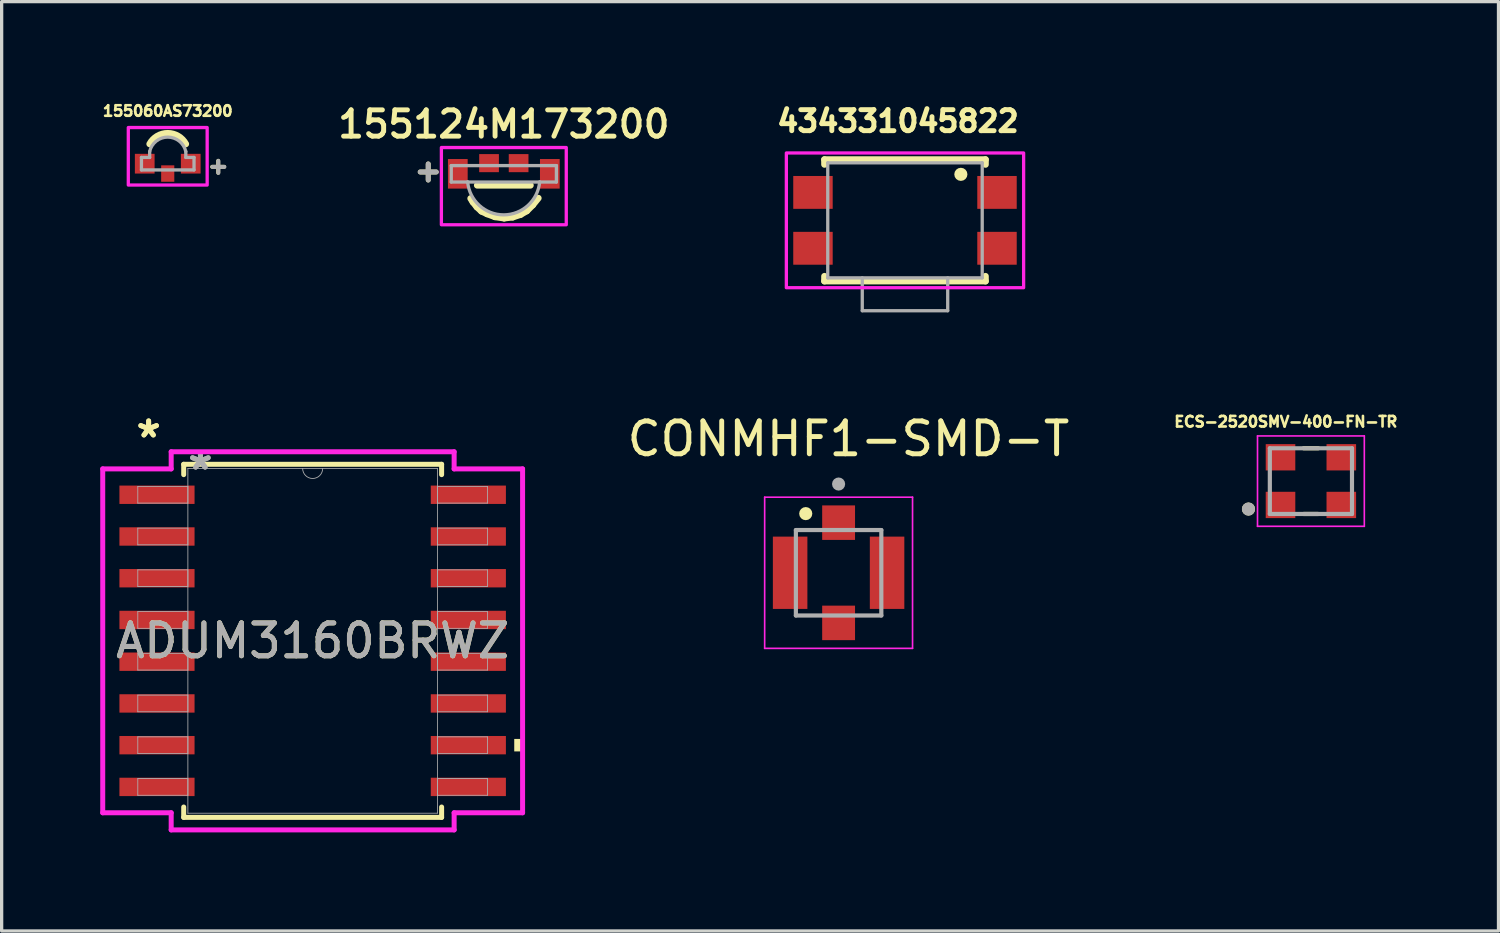
<source format=kicad_pcb>
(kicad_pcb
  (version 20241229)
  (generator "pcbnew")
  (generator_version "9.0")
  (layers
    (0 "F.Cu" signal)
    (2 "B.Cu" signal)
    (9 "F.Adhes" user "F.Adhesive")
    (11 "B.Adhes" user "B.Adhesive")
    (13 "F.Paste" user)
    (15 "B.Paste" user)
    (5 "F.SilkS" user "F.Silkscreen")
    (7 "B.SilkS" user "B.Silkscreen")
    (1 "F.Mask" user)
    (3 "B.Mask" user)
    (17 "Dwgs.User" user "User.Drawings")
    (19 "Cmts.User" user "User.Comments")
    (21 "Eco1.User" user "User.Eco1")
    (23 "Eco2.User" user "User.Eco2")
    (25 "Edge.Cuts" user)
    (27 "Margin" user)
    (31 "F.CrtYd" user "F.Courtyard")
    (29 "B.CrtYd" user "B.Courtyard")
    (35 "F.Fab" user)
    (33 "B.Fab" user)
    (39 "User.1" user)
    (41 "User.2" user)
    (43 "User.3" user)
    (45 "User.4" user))
  (footprint "CONMHF1-SMD-T"
    (layer "F.Cu")
    (at 22.468 14.379)
    (property "Reference" "CONMHF1-SMD-T" (at 0.3 -4.076 0) (layer "F.SilkS") (effects (font (size 1 1) (thickness 0.15))))
    (attr smd)
    (fp_circle (center -1 -1.8) (end -0.9 -1.8) (stroke (width 0.2) (type solid)) (fill no) (layer "F.SilkS"))
    (fp_line (start -2.25 -2.3) (end -2.25 2.3) (stroke (width 0.05) (type solid)) (layer "F.CrtYd"))
    (fp_line (start -2.25 2.3) (end 2.25 2.3) (stroke (width 0.05) (type solid)) (layer "F.CrtYd"))
    (fp_line (start 2.25 -2.3) (end -2.25 -2.3) (stroke (width 0.05) (type solid)) (layer "F.CrtYd"))
    (fp_line (start 2.25 2.3) (end 2.25 -2.3) (stroke (width 0.05) (type solid)) (layer "F.CrtYd"))
    (fp_line (start -1.3 -1.3) (end -1.3 1.3) (stroke (width 0.127) (type solid)) (layer "F.Fab"))
    (fp_line (start -1.3 1.3) (end 1.3 1.3) (stroke (width 0.127) (type solid)) (layer "F.Fab"))
    (fp_line (start 1.3 -1.3) (end -1.3 -1.3) (stroke (width 0.127) (type solid)) (layer "F.Fab"))
    (fp_line (start 1.3 1.3) (end 1.3 -1.3) (stroke (width 0.127) (type solid)) (layer "F.Fab"))
    (fp_circle (center 0 -2.7) (end 0.1 -2.7) (stroke (width 0.2) (type solid)) (fill no) (layer "F.Fab"))
    (pad "1" smd rect (at 0 -1.525) (size 1 1.05) (layers "F.Cu" "F.Mask" "F.Paste"))
    (pad "S1" smd rect (at -1.475 0) (size 1.05 2.2) (layers "F.Cu" "F.Mask" "F.Paste"))
    (pad "S2" smd rect (at 0 1.525) (size 1 1.05) (layers "F.Cu" "F.Mask" "F.Paste"))
    (pad "S3" smd rect (at 1.475 0) (size 1.05 2.2) (layers "F.Cu" "F.Mask" "F.Paste"))
    (zone (net_name "") (layer "F.Cu") (hatch full 0.508) (connect_pads) (min_thickness 0.01) (filled_areas_thickness no) (keepout (tracks not_allowed) (vias not_allowed) (pads not_allowed) (copperpour not_allowed) (footprints allowed)) (placement (enabled no)) (fill) (polygon (pts (xy 21.518 13.379) (xy 23.418 13.379) (xy 23.418 15.379) (xy 21.518 15.379))))
    (zone (net_name "") (layers "F.Cu" "B.Cu") (hatch full 0.508) (connect_pads) (min_thickness 0.01) (filled_areas_thickness no) (keepout (tracks allowed) (vias not_allowed) (pads allowed) (copperpour allowed) (footprints allowed)) (placement (enabled no)) (fill) (polygon (pts (xy 21.518 13.379) (xy 23.418 13.379) (xy 23.418 15.379) (xy 21.518 15.379)))))
  (footprint "434331045822"
    (layer "F.Cu")
    (at 24.488 3.655)
    (property "Reference" "434331045822" (at -0.215 -3.017 0) (layer "F.SilkS") (effects (font (size 0.64 0.64) (thickness 0.15))))
    (attr smd)
    (fp_line (start -2.45 -1.85) (end 2.45 -1.85) (stroke (width 0.2) (type solid)) (layer "F.SilkS"))
    (fp_line (start -2.45 -1.7) (end -2.45 -1.85) (stroke (width 0.2) (type solid)) (layer "F.SilkS"))
    (fp_line (start -2.45 1.7) (end -2.45 1.85) (stroke (width 0.2) (type solid)) (layer "F.SilkS"))
    (fp_line (start -2.45 1.85) (end 2.45 1.85) (stroke (width 0.2) (type solid)) (layer "F.SilkS"))
    (fp_line (start 2.45 -1.85) (end 2.45 -1.7) (stroke (width 0.2) (type solid)) (layer "F.SilkS"))
    (fp_line (start 2.45 1.85) (end 2.45 1.7) (stroke (width 0.2) (type solid)) (layer "F.SilkS"))
    (fp_circle (center 1.7 -1.4) (end 1.8 -1.4) (stroke (width 0.2) (type solid)) (fill no) (layer "F.SilkS"))
    (fp_poly (pts (xy -3.61 -2.05) (xy 3.61 -2.05) (xy 3.61 2.05) (xy -3.61 2.05)) (stroke (width 0.1) (type solid)) (fill no) (layer "F.CrtYd"))
    (fp_line (start -2.35 -1.75) (end -2.35 1.75) (stroke (width 0.1) (type solid)) (layer "F.Fab"))
    (fp_line (start -1.3 1.75) (end -1.3 2.75) (stroke (width 0.1) (type solid)) (layer "F.Fab"))
    (fp_line (start -1.3 2.75) (end 1.3 2.75) (stroke (width 0.1) (type solid)) (layer "F.Fab"))
    (fp_line (start 1.3 2.75) (end 1.3 1.75) (stroke (width 0.1) (type solid)) (layer "F.Fab"))
    (fp_line (start 2.35 -1.75) (end -2.35 -1.75) (stroke (width 0.1) (type solid)) (layer "F.Fab"))
    (fp_line (start 2.35 1.75) (end -2.35 1.75) (stroke (width 0.1) (type solid)) (layer "F.Fab"))
    (fp_line (start 2.35 1.75) (end 2.35 -1.75) (stroke (width 0.1) (type solid)) (layer "F.Fab"))
    (pad "1" smd rect (at 2.8 -0.85) (size 1.2 1) (layers "F.Cu" "F.Mask" "F.Paste"))
    (pad "2" smd rect (at 2.8 0.85) (size 1.2 1) (layers "F.Cu" "F.Mask" "F.Paste"))
    (pad "3" smd rect (at -2.8 -0.85) (size 1.2 1) (layers "F.Cu" "F.Mask" "F.Paste"))
    (pad "4" smd rect (at -2.8 0.85) (size 1.2 1) (layers "F.Cu" "F.Mask" "F.Paste")))
  (footprint "ECS-2520SMV-400-FN-TR"
    (layer "F.Cu")
    (at 36.84 11.59)
    (property "Reference" "ECS-2520SMV-400-FN-TR" (at -0.763 -1.807 0) (layer "F.SilkS") (effects (font (size 0.321 0.321) (thickness 0.08))))
    (attr smd)
    (fp_line (start -0.221 -1) (end 0.221 -1) (stroke (width 0.127) (type solid)) (layer "F.SilkS"))
    (fp_line (start -0.221 1) (end 0.221 1) (stroke (width 0.127) (type solid)) (layer "F.SilkS"))
    (fp_circle (center -1.9 0.85) (end -1.8 0.85) (stroke (width 0.2) (type solid)) (fill no) (layer "F.SilkS"))
    (fp_line (start -1.625 -1.375) (end 1.625 -1.375) (stroke (width 0.05) (type solid)) (layer "F.CrtYd"))
    (fp_line (start -1.625 1.375) (end -1.625 -1.375) (stroke (width 0.05) (type solid)) (layer "F.CrtYd"))
    (fp_line (start 1.625 -1.375) (end 1.625 1.375) (stroke (width 0.05) (type solid)) (layer "F.CrtYd"))
    (fp_line (start 1.625 1.375) (end -1.625 1.375) (stroke (width 0.05) (type solid)) (layer "F.CrtYd"))
    (fp_line (start -1.25 -1) (end 1.25 -1) (stroke (width 0.127) (type solid)) (layer "F.Fab"))
    (fp_line (start -1.25 1) (end -1.25 -1) (stroke (width 0.127) (type solid)) (layer "F.Fab"))
    (fp_line (start 1.25 -1) (end 1.25 1) (stroke (width 0.127) (type solid)) (layer "F.Fab"))
    (fp_line (start 1.25 1) (end -1.25 1) (stroke (width 0.127) (type solid)) (layer "F.Fab"))
    (fp_circle (center -1.9 0.85) (end -1.8 0.85) (stroke (width 0.2) (type solid)) (fill no) (layer "F.Fab"))
    (pad "1" smd rect (at -0.925 0.725) (size 0.9 0.8) (layers "F.Cu" "F.Mask" "F.Paste"))
    (pad "2" smd rect (at 0.925 0.725) (size 0.9 0.8) (layers "F.Cu" "F.Mask" "F.Paste"))
    (pad "3" smd rect (at 0.925 -0.725) (size 0.9 0.8) (layers "F.Cu" "F.Mask" "F.Paste"))
    (pad "4" smd rect (at -0.925 -0.725) (size 0.9 0.8) (layers "F.Cu" "F.Mask" "F.Paste")))
  (footprint "ADUM3160BRWZ"
    (layer "F.Cu")
    (at 6.464 16.45)
    (property "Reference" "ADUM3160BRWZ" (at 0 0 0) (unlocked yes) (layer "F.SilkS") (effects (font (size 1 1) (thickness 0.15))))
    (attr smd)
    (fp_line (start -3.924 -5.372) (end -3.924 -5.057) (stroke (width 0.152) (type solid)) (layer "F.SilkS"))
    (fp_line (start -3.924 5.057) (end -3.924 5.372) (stroke (width 0.152) (type solid)) (layer "F.SilkS"))
    (fp_line (start -3.924 5.372) (end 3.924 5.372) (stroke (width 0.152) (type solid)) (layer "F.SilkS"))
    (fp_line (start 3.924 -5.372) (end -3.924 -5.372) (stroke (width 0.152) (type solid)) (layer "F.SilkS"))
    (fp_line (start 3.924 -5.057) (end 3.924 -5.372) (stroke (width 0.152) (type solid)) (layer "F.SilkS"))
    (fp_line (start 3.924 5.372) (end 3.924 5.057) (stroke (width 0.152) (type solid)) (layer "F.SilkS"))
    (fp_poly (pts (xy 6.388 2.985) (xy 6.388 3.365) (xy 6.134 3.365) (xy 6.134 2.985)) (stroke (width 0) (type solid)) (fill yes) (layer "F.SilkS"))
    (fp_line (start -6.388 -5.232) (end -4.305 -5.232) (stroke (width 0.152) (type solid)) (layer "F.CrtYd"))
    (fp_line (start -6.388 5.232) (end -6.388 -5.232) (stroke (width 0.152) (type solid)) (layer "F.CrtYd"))
    (fp_line (start -6.388 5.232) (end -4.305 5.232) (stroke (width 0.152) (type solid)) (layer "F.CrtYd"))
    (fp_line (start -4.305 -5.753) (end 4.305 -5.753) (stroke (width 0.152) (type solid)) (layer "F.CrtYd"))
    (fp_line (start -4.305 -5.232) (end -4.305 -5.753) (stroke (width 0.152) (type solid)) (layer "F.CrtYd"))
    (fp_line (start -4.305 5.753) (end -4.305 5.232) (stroke (width 0.152) (type solid)) (layer "F.CrtYd"))
    (fp_line (start 4.305 -5.753) (end 4.305 -5.232) (stroke (width 0.152) (type solid)) (layer "F.CrtYd"))
    (fp_line (start 4.305 5.232) (end 4.305 5.753) (stroke (width 0.152) (type solid)) (layer "F.CrtYd"))
    (fp_line (start 4.305 5.753) (end -4.305 5.753) (stroke (width 0.152) (type solid)) (layer "F.CrtYd"))
    (fp_line (start 6.388 -5.232) (end 4.305 -5.232) (stroke (width 0.152) (type solid)) (layer "F.CrtYd"))
    (fp_line (start 6.388 -5.232) (end 6.388 5.232) (stroke (width 0.152) (type solid)) (layer "F.CrtYd"))
    (fp_line (start 6.388 5.232) (end 4.305 5.232) (stroke (width 0.152) (type solid)) (layer "F.CrtYd"))
    (fp_line (start -5.321 -4.699) (end -5.321 -4.191) (stroke (width 0.025) (type solid)) (layer "F.Fab"))
    (fp_line (start -5.321 -4.191) (end -3.797 -4.191) (stroke (width 0.025) (type solid)) (layer "F.Fab"))
    (fp_line (start -5.321 -3.429) (end -5.321 -2.921) (stroke (width 0.025) (type solid)) (layer "F.Fab"))
    (fp_line (start -5.321 -2.921) (end -3.797 -2.921) (stroke (width 0.025) (type solid)) (layer "F.Fab"))
    (fp_line (start -5.321 -2.159) (end -5.321 -1.651) (stroke (width 0.025) (type solid)) (layer "F.Fab"))
    (fp_line (start -5.321 -1.651) (end -3.797 -1.651) (stroke (width 0.025) (type solid)) (layer "F.Fab"))
    (fp_line (start -5.321 -0.889) (end -5.321 -0.381) (stroke (width 0.025) (type solid)) (layer "F.Fab"))
    (fp_line (start -5.321 -0.381) (end -3.797 -0.381) (stroke (width 0.025) (type solid)) (layer "F.Fab"))
    (fp_line (start -5.321 0.381) (end -5.321 0.889) (stroke (width 0.025) (type solid)) (layer "F.Fab"))
    (fp_line (start -5.321 0.889) (end -3.797 0.889) (stroke (width 0.025) (type solid)) (layer "F.Fab"))
    (fp_line (start -5.321 1.651) (end -5.321 2.159) (stroke (width 0.025) (type solid)) (layer "F.Fab"))
    (fp_line (start -5.321 2.159) (end -3.797 2.159) (stroke (width 0.025) (type solid)) (layer "F.Fab"))
    (fp_line (start -5.321 2.921) (end -5.321 3.429) (stroke (width 0.025) (type solid)) (layer "F.Fab"))
    (fp_line (start -5.321 3.429) (end -3.797 3.429) (stroke (width 0.025) (type solid)) (layer "F.Fab"))
    (fp_line (start -5.321 4.191) (end -5.321 4.699) (stroke (width 0.025) (type solid)) (layer "F.Fab"))
    (fp_line (start -5.321 4.699) (end -3.797 4.699) (stroke (width 0.025) (type solid)) (layer "F.Fab"))
    (fp_line (start -3.797 -5.245) (end -3.797 5.245) (stroke (width 0.025) (type solid)) (layer "F.Fab"))
    (fp_line (start -3.797 -4.699) (end -5.321 -4.699) (stroke (width 0.025) (type solid)) (layer "F.Fab"))
    (fp_line (start -3.797 -4.191) (end -3.797 -4.699) (stroke (width 0.025) (type solid)) (layer "F.Fab"))
    (fp_line (start -3.797 -3.429) (end -5.321 -3.429) (stroke (width 0.025) (type solid)) (layer "F.Fab"))
    (fp_line (start -3.797 -2.921) (end -3.797 -3.429) (stroke (width 0.025) (type solid)) (layer "F.Fab"))
    (fp_line (start -3.797 -2.159) (end -5.321 -2.159) (stroke (width 0.025) (type solid)) (layer "F.Fab"))
    (fp_line (start -3.797 -1.651) (end -3.797 -2.159) (stroke (width 0.025) (type solid)) (layer "F.Fab"))
    (fp_line (start -3.797 -0.889) (end -5.321 -0.889) (stroke (width 0.025) (type solid)) (layer "F.Fab"))
    (fp_line (start -3.797 -0.381) (end -3.797 -0.889) (stroke (width 0.025) (type solid)) (layer "F.Fab"))
    (fp_line (start -3.797 0.381) (end -5.321 0.381) (stroke (width 0.025) (type solid)) (layer "F.Fab"))
    (fp_line (start -3.797 0.889) (end -3.797 0.381) (stroke (width 0.025) (type solid)) (layer "F.Fab"))
    (fp_line (start -3.797 1.651) (end -5.321 1.651) (stroke (width 0.025) (type solid)) (layer "F.Fab"))
    (fp_line (start -3.797 2.159) (end -3.797 1.651) (stroke (width 0.025) (type solid)) (layer "F.Fab"))
    (fp_line (start -3.797 2.921) (end -5.321 2.921) (stroke (width 0.025) (type solid)) (layer "F.Fab"))
    (fp_line (start -3.797 3.429) (end -3.797 2.921) (stroke (width 0.025) (type solid)) (layer "F.Fab"))
    (fp_line (start -3.797 4.191) (end -5.321 4.191) (stroke (width 0.025) (type solid)) (layer "F.Fab"))
    (fp_line (start -3.797 4.699) (end -3.797 4.191) (stroke (width 0.025) (type solid)) (layer "F.Fab"))
    (fp_line (start -3.797 5.245) (end 3.797 5.245) (stroke (width 0.025) (type solid)) (layer "F.Fab"))
    (fp_line (start 3.797 -5.245) (end -3.797 -5.245) (stroke (width 0.025) (type solid)) (layer "F.Fab"))
    (fp_line (start 3.797 -4.699) (end 3.797 -4.191) (stroke (width 0.025) (type solid)) (layer "F.Fab"))
    (fp_line (start 3.797 -4.191) (end 5.321 -4.191) (stroke (width 0.025) (type solid)) (layer "F.Fab"))
    (fp_line (start 3.797 -3.429) (end 3.797 -2.921) (stroke (width 0.025) (type solid)) (layer "F.Fab"))
    (fp_line (start 3.797 -2.921) (end 5.321 -2.921) (stroke (width 0.025) (type solid)) (layer "F.Fab"))
    (fp_line (start 3.797 -2.159) (end 3.797 -1.651) (stroke (width 0.025) (type solid)) (layer "F.Fab"))
    (fp_line (start 3.797 -1.651) (end 5.321 -1.651) (stroke (width 0.025) (type solid)) (layer "F.Fab"))
    (fp_line (start 3.797 -0.889) (end 3.797 -0.381) (stroke (width 0.025) (type solid)) (layer "F.Fab"))
    (fp_line (start 3.797 -0.381) (end 5.321 -0.381) (stroke (width 0.025) (type solid)) (layer "F.Fab"))
    (fp_line (start 3.797 0.381) (end 3.797 0.889) (stroke (width 0.025) (type solid)) (layer "F.Fab"))
    (fp_line (start 3.797 0.889) (end 5.321 0.889) (stroke (width 0.025) (type solid)) (layer "F.Fab"))
    (fp_line (start 3.797 1.651) (end 3.797 2.159) (stroke (width 0.025) (type solid)) (layer "F.Fab"))
    (fp_line (start 3.797 2.159) (end 5.321 2.159) (stroke (width 0.025) (type solid)) (layer "F.Fab"))
    (fp_line (start 3.797 2.921) (end 3.797 3.429) (stroke (width 0.025) (type solid)) (layer "F.Fab"))
    (fp_line (start 3.797 3.429) (end 5.321 3.429) (stroke (width 0.025) (type solid)) (layer "F.Fab"))
    (fp_line (start 3.797 4.191) (end 3.797 4.699) (stroke (width 0.025) (type solid)) (layer "F.Fab"))
    (fp_line (start 3.797 4.699) (end 5.321 4.699) (stroke (width 0.025) (type solid)) (layer "F.Fab"))
    (fp_line (start 3.797 5.245) (end 3.797 -5.245) (stroke (width 0.025) (type solid)) (layer "F.Fab"))
    (fp_line (start 5.321 -4.699) (end 3.797 -4.699) (stroke (width 0.025) (type solid)) (layer "F.Fab"))
    (fp_line (start 5.321 -4.191) (end 5.321 -4.699) (stroke (width 0.025) (type solid)) (layer "F.Fab"))
    (fp_line (start 5.321 -3.429) (end 3.797 -3.429) (stroke (width 0.025) (type solid)) (layer "F.Fab"))
    (fp_line (start 5.321 -2.921) (end 5.321 -3.429) (stroke (width 0.025) (type solid)) (layer "F.Fab"))
    (fp_line (start 5.321 -2.159) (end 3.797 -2.159) (stroke (width 0.025) (type solid)) (layer "F.Fab"))
    (fp_line (start 5.321 -1.651) (end 5.321 -2.159) (stroke (width 0.025) (type solid)) (layer "F.Fab"))
    (fp_line (start 5.321 -0.889) (end 3.797 -0.889) (stroke (width 0.025) (type solid)) (layer "F.Fab"))
    (fp_line (start 5.321 -0.381) (end 5.321 -0.889) (stroke (width 0.025) (type solid)) (layer "F.Fab"))
    (fp_line (start 5.321 0.381) (end 3.797 0.381) (stroke (width 0.025) (type solid)) (layer "F.Fab"))
    (fp_line (start 5.321 0.889) (end 5.321 0.381) (stroke (width 0.025) (type solid)) (layer "F.Fab"))
    (fp_line (start 5.321 1.651) (end 3.797 1.651) (stroke (width 0.025) (type solid)) (layer "F.Fab"))
    (fp_line (start 5.321 2.159) (end 5.321 1.651) (stroke (width 0.025) (type solid)) (layer "F.Fab"))
    (fp_line (start 5.321 2.921) (end 3.797 2.921) (stroke (width 0.025) (type solid)) (layer "F.Fab"))
    (fp_line (start 5.321 3.429) (end 5.321 2.921) (stroke (width 0.025) (type solid)) (layer "F.Fab"))
    (fp_line (start 5.321 4.191) (end 3.797 4.191) (stroke (width 0.025) (type solid)) (layer "F.Fab"))
    (fp_line (start 5.321 4.699) (end 5.321 4.191) (stroke (width 0.025) (type solid)) (layer "F.Fab"))
    (fp_arc (start 0.3048 -5.2451) (mid 0 -4.9403) (end -0.3048 -5.2451) (stroke (width 0.0254) (type solid)) (layer "F.Fab"))
    (fp_text user "*" (at -4.991 -6.147 0) (layer "F.SilkS") (effects (font (size 1 1) (thickness 0.15))))
    (fp_text user "*" (at -4.991 -6.147 0) (unlocked yes) (layer "F.SilkS") (effects (font (size 1 1) (thickness 0.15))))
    (fp_text user "${REFERENCE}" (at 0 0 0) (unlocked yes) (layer "F.Fab") (effects (font (size 1 1) (thickness 0.15))))
    (fp_text user "*" (at -3.416 -5.169 0) (unlocked yes) (layer "F.Fab") (effects (font (size 1 1) (thickness 0.15))))
    (fp_text user "*" (at -3.416 -5.169 0) (layer "F.Fab") (effects (font (size 1 1) (thickness 0.15))))
    (pad "1" smd rect (at -4.737 -4.445) (size 2.286 0.559) (layers "F.Cu" "F.Mask" "F.Paste"))
    (pad "2" smd rect (at -4.737 -3.175) (size 2.286 0.559) (layers "F.Cu" "F.Mask" "F.Paste"))
    (pad "3" smd rect (at -4.737 -1.905) (size 2.286 0.559) (layers "F.Cu" "F.Mask" "F.Paste"))
    (pad "4" smd rect (at -4.737 -0.635) (size 2.286 0.559) (layers "F.Cu" "F.Mask" "F.Paste"))
    (pad "5" smd rect (at -4.737 0.635) (size 2.286 0.559) (layers "F.Cu" "F.Mask" "F.Paste"))
    (pad "6" smd rect (at -4.737 1.905) (size 2.286 0.559) (layers "F.Cu" "F.Mask" "F.Paste"))
    (pad "7" smd rect (at -4.737 3.175) (size 2.286 0.559) (layers "F.Cu" "F.Mask" "F.Paste"))
    (pad "8" smd rect (at -4.737 4.445) (size 2.286 0.559) (layers "F.Cu" "F.Mask" "F.Paste"))
    (pad "9" smd rect (at 4.737 4.445) (size 2.286 0.559) (layers "F.Cu" "F.Mask" "F.Paste"))
    (pad "10" smd rect (at 4.737 3.175) (size 2.286 0.559) (layers "F.Cu" "F.Mask" "F.Paste"))
    (pad "11" smd rect (at 4.737 1.905) (size 2.286 0.559) (layers "F.Cu" "F.Mask" "F.Paste"))
    (pad "12" smd rect (at 4.737 0.635) (size 2.286 0.559) (layers "F.Cu" "F.Mask" "F.Paste"))
    (pad "13" smd rect (at 4.737 -0.635) (size 2.286 0.559) (layers "F.Cu" "F.Mask" "F.Paste"))
    (pad "14" smd rect (at 4.737 -1.905) (size 2.286 0.559) (layers "F.Cu" "F.Mask" "F.Paste"))
    (pad "15" smd rect (at 4.737 -3.175) (size 2.286 0.559) (layers "F.Cu" "F.Mask" "F.Paste"))
    (pad "16" smd rect (at 4.737 -4.445) (size 2.286 0.559) (layers "F.Cu" "F.Mask" "F.Paste")))
  (footprint "155124M173200"
    (layer "F.Cu")
    (at 12.281 2.239)
    (property "Reference" "155124M173200" (at 0 -1.508 0) (layer "F.SilkS") (effects (font (size 0.8 0.8) (thickness 0.15))))
    (attr smd)
    (fp_line (start -1.01 0.75) (end -0.94 0.86) (stroke (width 0.2) (type solid)) (layer "F.SilkS"))
    (fp_line (start -0.94 0.86) (end -0.82 1.01) (stroke (width 0.2) (type solid)) (layer "F.SilkS"))
    (fp_line (start -0.82 1.01) (end -0.68 1.14) (stroke (width 0.2) (type solid)) (layer "F.SilkS"))
    (fp_line (start -0.81 0.35) (end 0.81 0.35) (stroke (width 0.2) (type solid)) (layer "F.SilkS"))
    (fp_line (start -0.68 1.14) (end -0.51 1.22) (stroke (width 0.2) (type solid)) (layer "F.SilkS"))
    (fp_line (start -0.51 1.22) (end -0.27 1.31) (stroke (width 0.2) (type solid)) (layer "F.SilkS"))
    (fp_line (start -0.27 1.31) (end 0.01 1.35) (stroke (width 0.2) (type solid)) (layer "F.SilkS"))
    (fp_line (start 0.01 1.35) (end 0.27 1.32) (stroke (width 0.2) (type solid)) (layer "F.SilkS"))
    (fp_line (start 0.27 1.32) (end 0.51 1.24) (stroke (width 0.2) (type solid)) (layer "F.SilkS"))
    (fp_line (start 0.51 1.24) (end 0.7 1.13) (stroke (width 0.2) (type solid)) (layer "F.SilkS"))
    (fp_line (start 0.7 1.13) (end 0.88 0.95) (stroke (width 0.2) (type solid)) (layer "F.SilkS"))
    (fp_line (start 0.88 0.95) (end 1.05 0.74) (stroke (width 0.2) (type solid)) (layer "F.SilkS"))
    (fp_poly (pts (xy -1.9 -0.8) (xy 1.9 -0.8) (xy 1.9 1.55) (xy -1.9 1.55)) (stroke (width 0.1) (type solid)) (fill no) (layer "F.CrtYd"))
    (fp_line (start -1.6 -0.25) (end 1.6 -0.25) (stroke (width 0.1) (type solid)) (layer "F.Fab"))
    (fp_line (start -1.6 0.25) (end -1.6 -0.25) (stroke (width 0.1) (type solid)) (layer "F.Fab"))
    (fp_line (start -1.1 0.25) (end -1.6 0.25) (stroke (width 0.1) (type solid)) (layer "F.Fab"))
    (fp_line (start 1.09 0.25) (end -1.1 0.25) (stroke (width 0.1) (type solid)) (layer "F.Fab"))
    (fp_line (start 1.6 -0.25) (end 1.6 0.25) (stroke (width 0.1) (type solid)) (layer "F.Fab"))
    (fp_line (start 1.6 0.25) (end 1.09 0.25) (stroke (width 0.1) (type solid)) (layer "F.Fab"))
    (fp_arc (start 1.09 0.25) (mid -0.005 1.249145) (end -1.1 0.249999) (stroke (width 0.1) (type solid)) (layer "F.Fab"))
    (fp_text user "+" (at -2.3 -0.1 0) (layer "F.SilkS") (effects (font (size 0.64 0.64) (thickness 0.15))))
    (fp_text user "+" (at -2.3 -0.1 0) (layer "F.Fab") (effects (font (size 0.64 0.64) (thickness 0.15))))
    (pad "1" smd rect (at -1.4 0) (size 0.6 0.9) (layers "F.Cu" "F.Mask" "F.Paste"))
    (pad "2" smd rect (at -0.45 -0.325) (size 0.6 0.55) (layers "F.Cu" "F.Mask" "F.Paste"))
    (pad "3" smd rect (at 0.45 -0.325) (size 0.6 0.55) (layers "F.Cu" "F.Mask" "F.Paste"))
    (pad "4" smd rect (at 1.4 0) (size 0.6 0.9) (layers "F.Cu" "F.Mask" "F.Paste")))
  (footprint "155060AS73200"
    (layer "F.Cu")
    (at 2.054 1.931)
    (property "Reference" "155060AS73200" (at 0 -1.603 0) (layer "F.SilkS") (effects (font (size 0.32 0.32) (thickness 0.08))))
    (attr smd)
    (fp_arc (start -0.55 -0.599999) (mid 0 -0.926497) (end 0.55 -0.6) (stroke (width 0.2) (type solid)) (layer "F.SilkS"))
    (fp_poly (pts (xy -1.2 -1.1) (xy 1.2 -1.1) (xy 1.2 0.65) (xy -1.2 0.65)) (stroke (width 0.1) (type solid)) (fill no) (layer "F.CrtYd"))
    (fp_line (start -0.8 -0.19) (end -0.55 -0.19) (stroke (width 0.1) (type solid)) (layer "F.Fab"))
    (fp_line (start -0.8 0.19) (end -0.8 -0.19) (stroke (width 0.1) (type solid)) (layer "F.Fab"))
    (fp_line (start -0.55 -0.37) (end -0.55 -0.19) (stroke (width 0.1) (type solid)) (layer "F.Fab"))
    (fp_line (start 0.55 -0.37) (end 0.55 -0.19) (stroke (width 0.1) (type solid)) (layer "F.Fab"))
    (fp_line (start 0.8 -0.19) (end 0.55 -0.19) (stroke (width 0.1) (type solid)) (layer "F.Fab"))
    (fp_line (start 0.8 -0.19) (end 0.8 0.19) (stroke (width 0.1) (type solid)) (layer "F.Fab"))
    (fp_line (start 0.8 0.19) (end -0.8 0.19) (stroke (width 0.1) (type solid)) (layer "F.Fab"))
    (fp_arc (start -0.55 -0.37) (mid 0 -0.809216) (end 0.55 -0.37) (stroke (width 0.1) (type solid)) (layer "F.Fab"))
    (fp_text user "+" (at 1.536 0.061 0) (layer "F.SilkS") (effects (font (size 0.48 0.48) (thickness 0.15))))
    (fp_text user "+" (at 1.54 0.065 0) (layer "F.Fab") (effects (font (size 0.48 0.48) (thickness 0.15))))
    (pad "1" smd rect (at -0.7 0) (size 0.6 0.6) (layers "F.Cu" "F.Mask" "F.Paste"))
    (pad "2" smd rect (at 0.7 0) (size 0.6 0.6) (layers "F.Cu" "F.Mask" "F.Paste"))
    (pad "3" smd rect (at 0 0.3) (size 0.4 0.5) (layers "F.Cu" "F.Mask" "F.Paste")))
  (gr_rect
    (start -3 -3)
    (end 42.548 25.279)
    (stroke (width 0.1) (type default))
    (fill no)
    (layer "Edge.Cuts")))
</source>
